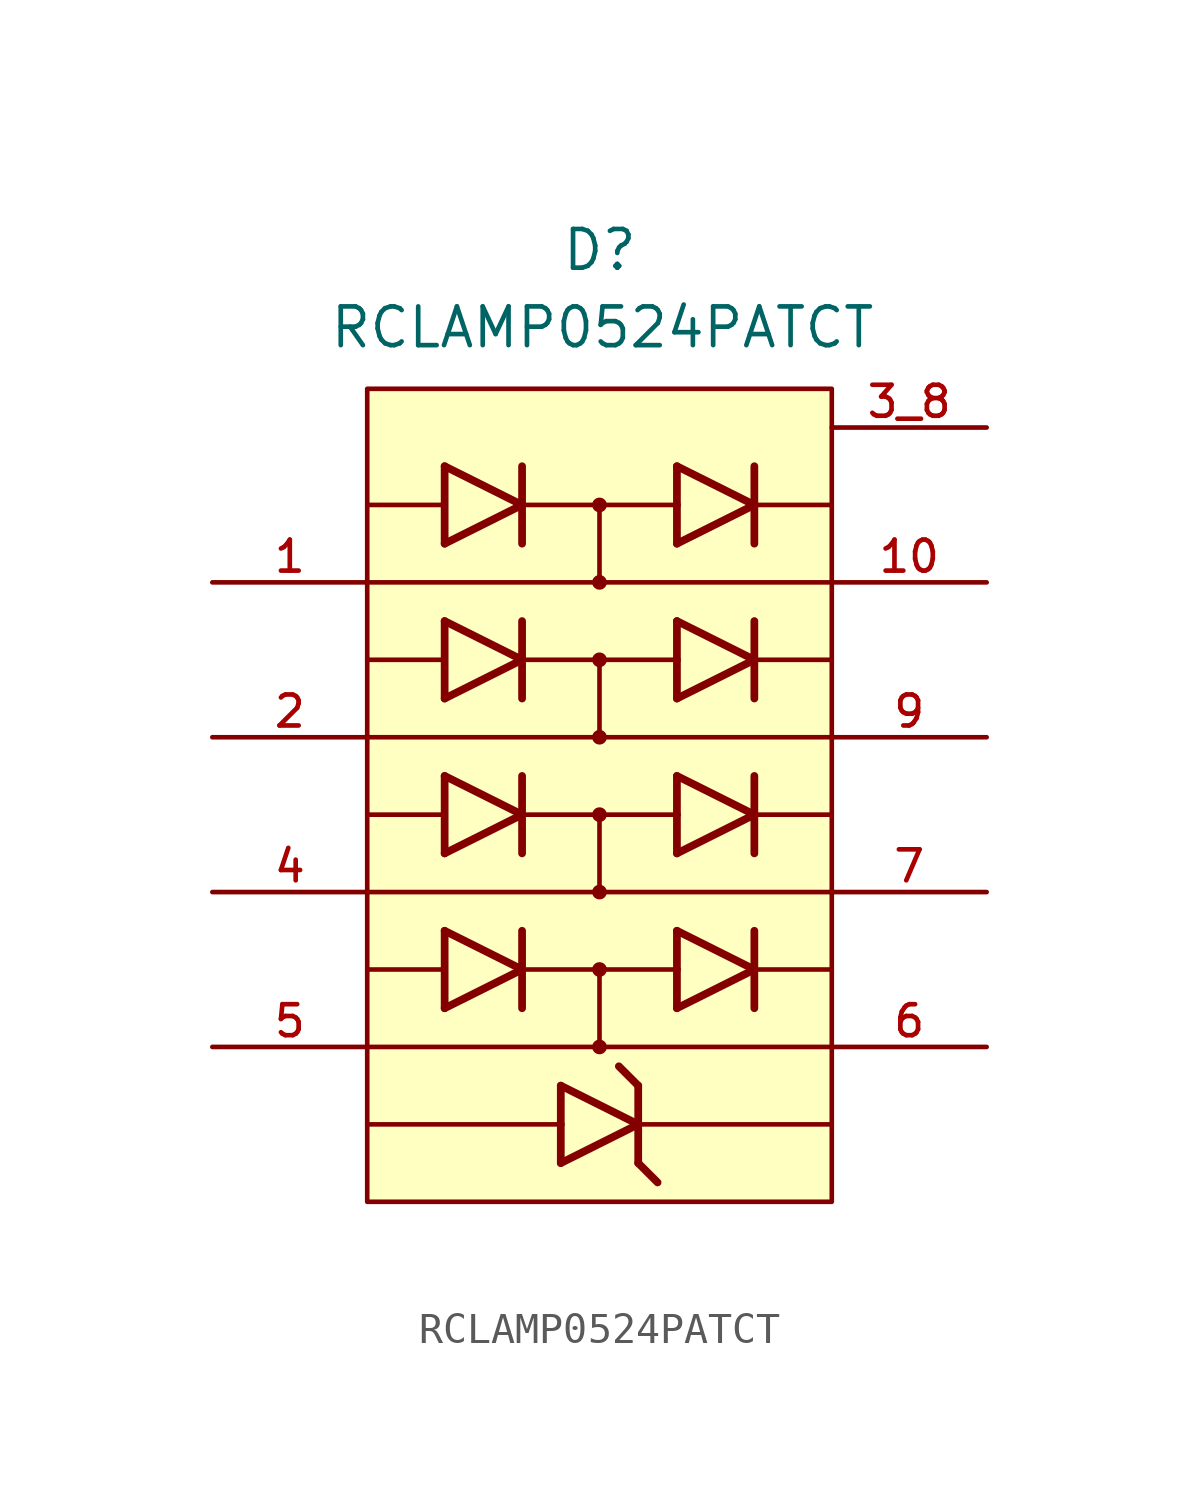
<source format=kicad_sym>
(kicad_symbol_lib
  (version 20231120)
  (generator "kicad_symbol_editor")
  (generator_version "8.0")
  (symbol "RCLAMP0524PATCT"
    (pin_names
      (offset 1.016))
    (property "Reference" "D"
      (at -1.27 17.78 0)
      (effects (font (size 1.27 1.27)) (justify left bottom)))
    (property "Value" "RCLAMP0524PATCT"
      (at -8.89 15.24 0)
      (effects (font (size 1.27 1.27)) (justify left bottom)))
    (symbol "RCLAMP0524PATCT_0_0"
      (rectangle (start -7.62 13.97) (end 7.62 -12.7) (stroke (width 0.152) (type default)) (fill (type background)))
      (circle (center 0 -7.62) (radius 0.152) (stroke (width 0.178) (type default)) (fill (type none)))
      (circle (center 0 -5.08) (radius 0.152) (stroke (width 0.178) (type default)) (fill (type none)))
      (circle (center 0 -2.54) (radius 0.152) (stroke (width 0.178) (type default)) (fill (type none)))
      (polyline (pts (xy -7.62 -10.16) (xy -1.27 -10.16)) (stroke (width 0.152) (type default)) (fill (type none)))
      (polyline (pts (xy -7.62 -5.08) (xy -5.08 -5.08)) (stroke (width 0.152) (type default)) (fill (type none)))
      (polyline (pts (xy -7.62 0) (xy -5.08 0)) (stroke (width 0.152) (type default)) (fill (type none)))
      (polyline (pts (xy -7.62 5.08) (xy -5.08 5.08)) (stroke (width 0.152) (type default)) (fill (type none)))
      (polyline (pts (xy -7.62 10.16) (xy -5.08 10.16)) (stroke (width 0.152) (type default)) (fill (type none)))
      (polyline (pts (xy -5.08 -6.35) (xy -2.54 -5.08)) (stroke (width 0.254) (type default)) (fill (type none)))
      (polyline (pts (xy -5.08 -3.81) (xy -5.08 -6.35)) (stroke (width 0.254) (type default)) (fill (type none)))
      (polyline (pts (xy -5.08 -1.27) (xy -2.54 0)) (stroke (width 0.254) (type default)) (fill (type none)))
      (polyline (pts (xy -5.08 1.27) (xy -5.08 -1.27)) (stroke (width 0.254) (type default)) (fill (type none)))
      (polyline (pts (xy -5.08 3.81) (xy -2.54 5.08)) (stroke (width 0.254) (type default)) (fill (type none)))
      (polyline (pts (xy -5.08 6.35) (xy -5.08 3.81)) (stroke (width 0.254) (type default)) (fill (type none)))
      (polyline (pts (xy -5.08 8.89) (xy -2.54 10.16)) (stroke (width 0.254) (type default)) (fill (type none)))
      (polyline (pts (xy -5.08 11.43) (xy -5.08 8.89)) (stroke (width 0.254) (type default)) (fill (type none)))
      (polyline (pts (xy -2.54 -5.08) (xy -5.08 -3.81)) (stroke (width 0.254) (type default)) (fill (type none)))
      (polyline (pts (xy -2.54 -5.08) (xy -2.54 -6.35)) (stroke (width 0.254) (type default)) (fill (type none)))
      (polyline (pts (xy -2.54 -5.08) (xy 0 -5.08)) (stroke (width 0.152) (type default)) (fill (type none)))
      (polyline (pts (xy -2.54 -3.81) (xy -2.54 -5.08)) (stroke (width 0.254) (type default)) (fill (type none)))
      (polyline (pts (xy -2.54 0) (xy -5.08 1.27)) (stroke (width 0.254) (type default)) (fill (type none)))
      (polyline (pts (xy -2.54 0) (xy -2.54 -1.27)) (stroke (width 0.254) (type default)) (fill (type none)))
      (polyline (pts (xy -2.54 0) (xy 0 0)) (stroke (width 0.152) (type default)) (fill (type none)))
      (polyline (pts (xy -2.54 1.27) (xy -2.54 0)) (stroke (width 0.254) (type default)) (fill (type none)))
      (polyline (pts (xy -2.54 5.08) (xy -5.08 6.35)) (stroke (width 0.254) (type default)) (fill (type none)))
      (polyline (pts (xy -2.54 5.08) (xy -2.54 3.81)) (stroke (width 0.254) (type default)) (fill (type none)))
      (polyline (pts (xy -2.54 5.08) (xy 0 5.08)) (stroke (width 0.152) (type default)) (fill (type none)))
      (polyline (pts (xy -2.54 6.35) (xy -2.54 5.08)) (stroke (width 0.254) (type default)) (fill (type none)))
      (polyline (pts (xy -2.54 10.16) (xy -5.08 11.43)) (stroke (width 0.254) (type default)) (fill (type none)))
      (polyline (pts (xy -2.54 10.16) (xy -2.54 8.89)) (stroke (width 0.254) (type default)) (fill (type none)))
      (polyline (pts (xy -2.54 10.16) (xy 0 10.16)) (stroke (width 0.152) (type default)) (fill (type none)))
      (polyline (pts (xy -2.54 11.43) (xy -2.54 10.16)) (stroke (width 0.254) (type default)) (fill (type none)))
      (polyline (pts (xy -1.27 -11.43) (xy 1.27 -10.16)) (stroke (width 0.254) (type default)) (fill (type none)))
      (polyline (pts (xy -1.27 -10.16) (xy -1.27 -11.43)) (stroke (width 0.254) (type default)) (fill (type none)))
      (polyline (pts (xy -1.27 -8.89) (xy -1.27 -10.16)) (stroke (width 0.254) (type default)) (fill (type none)))
      (polyline (pts (xy 0 -7.62) (xy -7.62 -7.62)) (stroke (width 0.152) (type default)) (fill (type none)))
      (polyline (pts (xy 0 -5.08) (xy 0 -7.62)) (stroke (width 0.152) (type default)) (fill (type none)))
      (polyline (pts (xy 0 -5.08) (xy 2.54 -5.08)) (stroke (width 0.152) (type default)) (fill (type none)))
      (polyline (pts (xy 0 -2.54) (xy -7.62 -2.54)) (stroke (width 0.152) (type default)) (fill (type none)))
      (polyline (pts (xy 0 0) (xy 0 -2.54)) (stroke (width 0.152) (type default)) (fill (type none)))
      (polyline (pts (xy 0 0) (xy 2.54 0)) (stroke (width 0.152) (type default)) (fill (type none)))
      (polyline (pts (xy 0 2.54) (xy -7.62 2.54)) (stroke (width 0.152) (type default)) (fill (type none)))
      (polyline (pts (xy 0 5.08) (xy 0 2.54)) (stroke (width 0.152) (type default)) (fill (type none)))
      (polyline (pts (xy 0 5.08) (xy 2.54 5.08)) (stroke (width 0.152) (type default)) (fill (type none)))
      (polyline (pts (xy 0 7.62) (xy -7.62 7.62)) (stroke (width 0.152) (type default)) (fill (type none)))
      (polyline (pts (xy 0 10.16) (xy 0 7.62)) (stroke (width 0.152) (type default)) (fill (type none)))
      (polyline (pts (xy 0 10.16) (xy 2.54 10.16)) (stroke (width 0.152) (type default)) (fill (type none)))
      (polyline (pts (xy 0.635 -8.255) (xy 1.27 -8.89)) (stroke (width 0.254) (type default)) (fill (type none)))
      (polyline (pts (xy 1.27 -11.43) (xy 1.905 -12.065)) (stroke (width 0.254) (type default)) (fill (type none)))
      (polyline (pts (xy 1.27 -10.16) (xy -1.27 -8.89)) (stroke (width 0.254) (type default)) (fill (type none)))
      (polyline (pts (xy 1.27 -10.16) (xy 1.27 -11.43)) (stroke (width 0.254) (type default)) (fill (type none)))
      (polyline (pts (xy 1.27 -10.16) (xy 7.62 -10.16)) (stroke (width 0.152) (type default)) (fill (type none)))
      (polyline (pts (xy 1.27 -8.89) (xy 1.27 -10.16)) (stroke (width 0.254) (type default)) (fill (type none)))
      (polyline (pts (xy 2.54 -6.35) (xy 5.08 -5.08)) (stroke (width 0.254) (type default)) (fill (type none)))
      (polyline (pts (xy 2.54 -5.08) (xy 2.54 -6.35)) (stroke (width 0.254) (type default)) (fill (type none)))
      (polyline (pts (xy 2.54 -3.81) (xy 2.54 -5.08)) (stroke (width 0.254) (type default)) (fill (type none)))
      (polyline (pts (xy 2.54 -1.27) (xy 5.08 0)) (stroke (width 0.254) (type default)) (fill (type none)))
      (polyline (pts (xy 2.54 0) (xy 2.54 -1.27)) (stroke (width 0.254) (type default)) (fill (type none)))
      (polyline (pts (xy 2.54 1.27) (xy 2.54 0)) (stroke (width 0.254) (type default)) (fill (type none)))
      (polyline (pts (xy 2.54 3.81) (xy 5.08 5.08)) (stroke (width 0.254) (type default)) (fill (type none)))
      (polyline (pts (xy 2.54 5.08) (xy 2.54 3.81)) (stroke (width 0.254) (type default)) (fill (type none)))
      (polyline (pts (xy 2.54 6.35) (xy 2.54 5.08)) (stroke (width 0.254) (type default)) (fill (type none)))
      (polyline (pts (xy 2.54 8.89) (xy 5.08 10.16)) (stroke (width 0.254) (type default)) (fill (type none)))
      (polyline (pts (xy 2.54 10.16) (xy 2.54 8.89)) (stroke (width 0.254) (type default)) (fill (type none)))
      (polyline (pts (xy 2.54 11.43) (xy 2.54 10.16)) (stroke (width 0.254) (type default)) (fill (type none)))
      (polyline (pts (xy 5.08 -5.08) (xy 2.54 -3.81)) (stroke (width 0.254) (type default)) (fill (type none)))
      (polyline (pts (xy 5.08 -5.08) (xy 5.08 -6.35)) (stroke (width 0.254) (type default)) (fill (type none)))
      (polyline (pts (xy 5.08 -5.08) (xy 7.62 -5.08)) (stroke (width 0.152) (type default)) (fill (type none)))
      (polyline (pts (xy 5.08 -3.81) (xy 5.08 -5.08)) (stroke (width 0.254) (type default)) (fill (type none)))
      (polyline (pts (xy 5.08 0) (xy 2.54 1.27)) (stroke (width 0.254) (type default)) (fill (type none)))
      (polyline (pts (xy 5.08 0) (xy 5.08 -1.27)) (stroke (width 0.254) (type default)) (fill (type none)))
      (polyline (pts (xy 5.08 0) (xy 7.62 0)) (stroke (width 0.152) (type default)) (fill (type none)))
      (polyline (pts (xy 5.08 1.27) (xy 5.08 0)) (stroke (width 0.254) (type default)) (fill (type none)))
      (polyline (pts (xy 5.08 5.08) (xy 2.54 6.35)) (stroke (width 0.254) (type default)) (fill (type none)))
      (polyline (pts (xy 5.08 5.08) (xy 5.08 3.81)) (stroke (width 0.254) (type default)) (fill (type none)))
      (polyline (pts (xy 5.08 5.08) (xy 7.62 5.08)) (stroke (width 0.152) (type default)) (fill (type none)))
      (polyline (pts (xy 5.08 6.35) (xy 5.08 5.08)) (stroke (width 0.254) (type default)) (fill (type none)))
      (polyline (pts (xy 5.08 10.16) (xy 2.54 11.43)) (stroke (width 0.254) (type default)) (fill (type none)))
      (polyline (pts (xy 5.08 10.16) (xy 5.08 8.89)) (stroke (width 0.254) (type default)) (fill (type none)))
      (polyline (pts (xy 5.08 10.16) (xy 7.62 10.16)) (stroke (width 0.152) (type default)) (fill (type none)))
      (polyline (pts (xy 5.08 11.43) (xy 5.08 10.16)) (stroke (width 0.254) (type default)) (fill (type none)))
      (polyline (pts (xy 7.62 -7.62) (xy 0 -7.62)) (stroke (width 0.152) (type default)) (fill (type none)))
      (polyline (pts (xy 7.62 -2.54) (xy 0 -2.54)) (stroke (width 0.152) (type default)) (fill (type none)))
      (polyline (pts (xy 7.62 2.54) (xy 0 2.54)) (stroke (width 0.152) (type default)) (fill (type none)))
      (polyline (pts (xy 7.62 7.62) (xy 0 7.62)) (stroke (width 0.152) (type default)) (fill (type none)))
      (circle (center 0 0) (radius 0.152) (stroke (width 0.178) (type default)) (fill (type none)))
      (circle (center 0 2.54) (radius 0.152) (stroke (width 0.178) (type default)) (fill (type none)))
      (circle (center 0 5.08) (radius 0.152) (stroke (width 0.178) (type default)) (fill (type none)))
      (circle (center 0 7.62) (radius 0.152) (stroke (width 0.178) (type default)) (fill (type none)))
      (circle (center 0 10.16) (radius 0.152) (stroke (width 0.178) (type default)) (fill (type none)))
      (pin input line (at -12.7 7.62 0) (length 5.08) (name "~" (effects (font (size 1.016 1.016)))) (number "1" (effects (font (size 1.016 1.016)))))
      (pin output line (at 12.7 7.62 180) (length 5.08) (name "~" (effects (font (size 1.016 1.016)))) (number "10" (effects (font (size 1.016 1.016)))))
      (pin input line (at -12.7 2.54 0) (length 5.08) (name "~" (effects (font (size 1.016 1.016)))) (number "2" (effects (font (size 1.016 1.016)))))
      (pin input line (at -12.7 -2.54 0) (length 5.08) (name "~" (effects (font (size 1.016 1.016)))) (number "4" (effects (font (size 1.016 1.016)))))
      (pin input line (at -12.7 -7.62 0) (length 5.08) (name "~" (effects (font (size 1.016 1.016)))) (number "5" (effects (font (size 1.016 1.016)))))
      (pin output line (at 12.7 -7.62 180) (length 5.08) (name "~" (effects (font (size 1.016 1.016)))) (number "6" (effects (font (size 1.016 1.016)))))
      (pin output line (at 12.7 -2.54 180) (length 5.08) (name "~" (effects (font (size 1.016 1.016)))) (number "7" (effects (font (size 1.016 1.016)))))
      (pin output line (at 12.7 2.54 180) (length 5.08) (name "~" (effects (font (size 1.016 1.016)))) (number "9" (effects (font (size 1.016 1.016))))))
    (symbol "RCLAMP0524PATCT_1_0"
      (pin power_in line (at 12.7 12.7 180) (length 5.08) (name "~" (effects (font (size 1.016 1.016)))) (number "3_8" (effects (font (size 1.016 1.016))))))))
</source>
